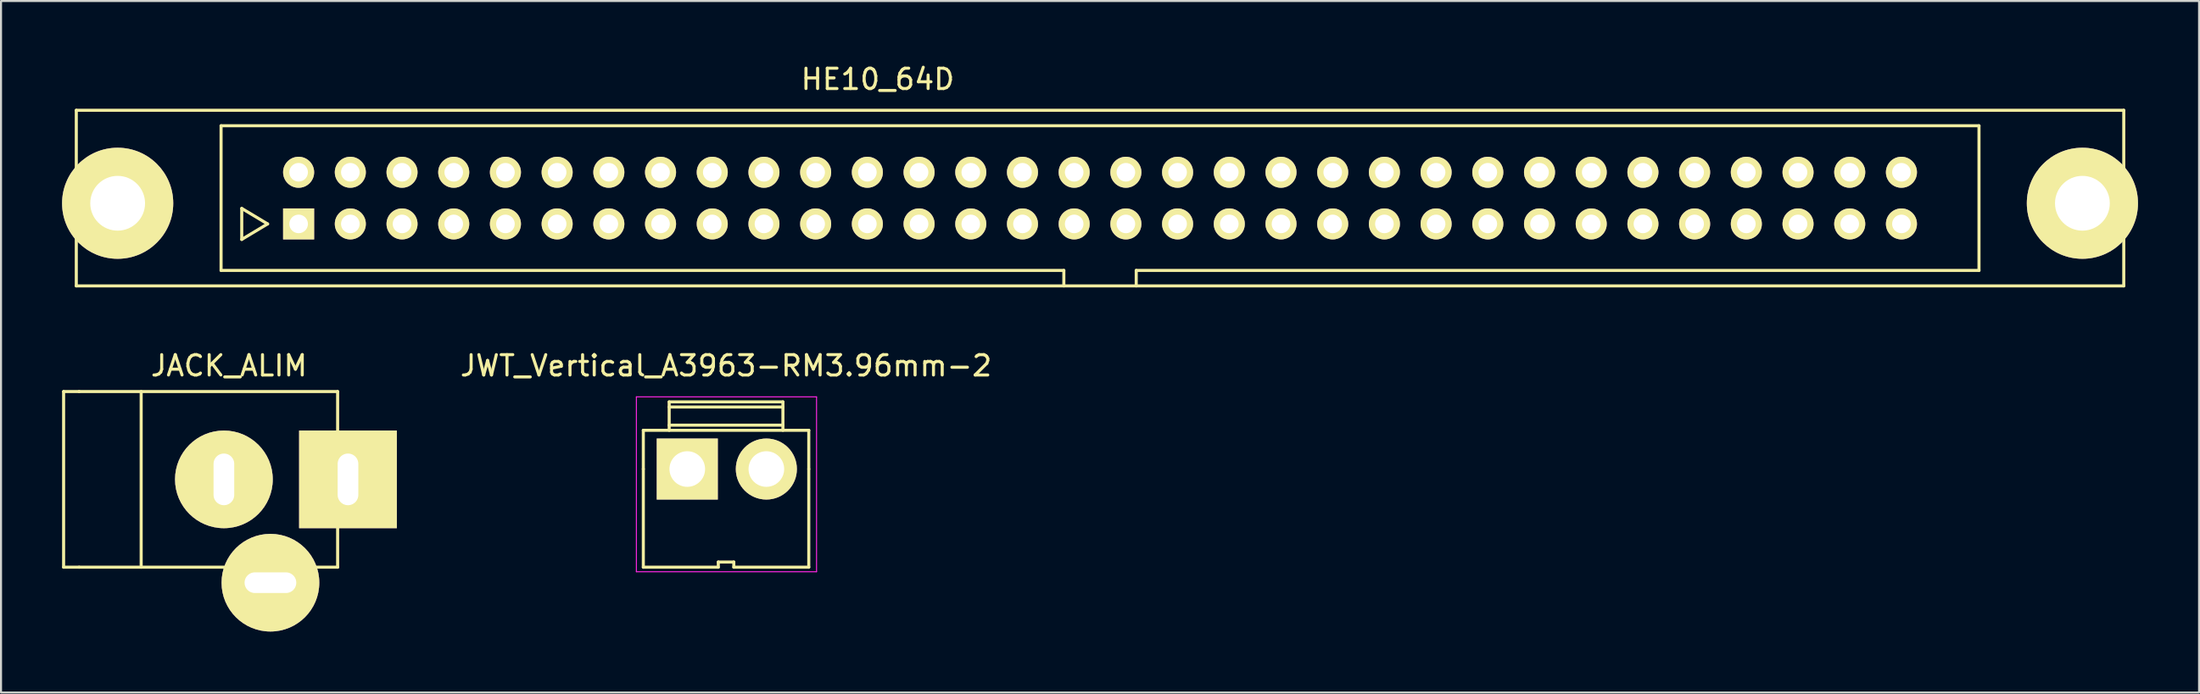
<source format=kicad_pcb>
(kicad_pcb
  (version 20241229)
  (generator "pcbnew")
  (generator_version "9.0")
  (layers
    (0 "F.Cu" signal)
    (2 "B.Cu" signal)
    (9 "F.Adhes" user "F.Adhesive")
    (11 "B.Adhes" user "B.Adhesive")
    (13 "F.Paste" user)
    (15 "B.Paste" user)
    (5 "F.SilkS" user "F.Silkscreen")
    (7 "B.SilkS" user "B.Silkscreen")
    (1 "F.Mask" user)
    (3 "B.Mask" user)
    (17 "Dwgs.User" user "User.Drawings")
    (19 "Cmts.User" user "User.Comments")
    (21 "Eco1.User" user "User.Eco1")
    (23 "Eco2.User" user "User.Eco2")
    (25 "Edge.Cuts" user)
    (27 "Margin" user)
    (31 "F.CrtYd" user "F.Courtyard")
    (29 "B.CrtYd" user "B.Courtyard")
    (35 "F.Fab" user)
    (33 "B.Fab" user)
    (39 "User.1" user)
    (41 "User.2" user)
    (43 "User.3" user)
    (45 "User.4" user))
  (footprint "JACK_ALIM"
    (layer "F.Cu")
    (at 7.949 20.52)
    (property "Reference" "JACK_ALIM" (at 0.254 -5.588 0) (layer "F.SilkS") (effects (font (size 1 1) (thickness 0.15))))
    (attr through_hole)
    (fp_line (start -7.874 -4.318) (end -7.874 4.318) (stroke (width 0.15) (type solid)) (layer "F.SilkS"))
    (fp_line (start -7.874 4.318) (end -7.112 4.318) (stroke (width 0.15) (type solid)) (layer "F.SilkS"))
    (fp_line (start -7.112 -4.318) (end -7.874 -4.318) (stroke (width 0.15) (type solid)) (layer "F.SilkS"))
    (fp_line (start -7.112 -4.318) (end 5.588 -4.318) (stroke (width 0.15) (type solid)) (layer "F.SilkS"))
    (fp_line (start -7.112 4.318) (end 5.588 4.318) (stroke (width 0.15) (type solid)) (layer "F.SilkS"))
    (fp_line (start -4.064 -4.318) (end -4.064 4.318) (stroke (width 0.15) (type solid)) (layer "F.SilkS"))
    (fp_line (start 5.588 -4.318) (end 5.588 4.318) (stroke (width 0.15) (type solid)) (layer "F.SilkS"))
    (pad "1" thru_hole rect (at 6.096 0) (size 4.801 4.801) (drill oval 1.016 2.54) (layers "*.Cu" "*.Mask" "F.SilkS"))
    (pad "2" thru_hole circle (at 0 0) (size 4.801 4.801) (drill oval 1.016 2.54) (layers "*.Cu" "*.Mask" "F.SilkS"))
    (pad "3" thru_hole circle (at 2.286 5.08) (size 4.801 4.801) (drill oval 2.54 1.016) (layers "*.Cu" "*.Mask" "F.SilkS")))
  (footprint "JWT_Vertical_A3963-RM3.96mm-2"
    (layer "F.Cu")
    (at 30.713 20.012)
    (property "Reference" "JWT_Vertical_A3963-RM3.96mm-2" (at 1.905 -5.08 0) (layer "F.SilkS") (effects (font (size 1 1) (thickness 0.15))))
    (attr through_hole)
    (fp_line (start -2.159 -1.905) (end -2.159 0) (stroke (width 0.15) (type solid)) (layer "F.SilkS"))
    (fp_line (start -2.159 -1.905) (end 5.969 -1.905) (stroke (width 0.15) (type solid)) (layer "F.SilkS"))
    (fp_line (start -2.159 0) (end -2.159 4.826) (stroke (width 0.15) (type solid)) (layer "F.SilkS"))
    (fp_line (start -0.889 -3.302) (end 4.699 -3.302) (stroke (width 0.15) (type solid)) (layer "F.SilkS"))
    (fp_line (start -0.889 -3.048) (end 4.699 -3.048) (stroke (width 0.15) (type solid)) (layer "F.SilkS"))
    (fp_line (start -0.889 -2.159) (end 4.699 -2.159) (stroke (width 0.15) (type solid)) (layer "F.SilkS"))
    (fp_line (start -0.889 -1.905) (end -0.889 -3.302) (stroke (width 0.15) (type solid)) (layer "F.SilkS"))
    (fp_line (start 1.524 4.572) (end 2.286 4.572) (stroke (width 0.15) (type solid)) (layer "F.SilkS"))
    (fp_line (start 1.524 4.826) (end -2.159 4.826) (stroke (width 0.15) (type solid)) (layer "F.SilkS"))
    (fp_line (start 1.524 4.826) (end 1.524 4.572) (stroke (width 0.15) (type solid)) (layer "F.SilkS"))
    (fp_line (start 2.286 4.572) (end 2.286 4.826) (stroke (width 0.15) (type solid)) (layer "F.SilkS"))
    (fp_line (start 2.286 4.826) (end 5.969 4.826) (stroke (width 0.15) (type solid)) (layer "F.SilkS"))
    (fp_line (start 4.699 -1.905) (end 4.699 -3.302) (stroke (width 0.15) (type solid)) (layer "F.SilkS"))
    (fp_line (start 5.969 -1.905) (end 5.969 0) (stroke (width 0.15) (type solid)) (layer "F.SilkS"))
    (fp_line (start 5.969 4.826) (end 5.969 0) (stroke (width 0.15) (type solid)) (layer "F.SilkS"))
    (fp_line (start -2.5 -3.55) (end 6.35 -3.55) (stroke (width 0.05) (type solid)) (layer "F.CrtYd"))
    (fp_line (start -2.5 5.05) (end -2.5 -3.55) (stroke (width 0.05) (type solid)) (layer "F.CrtYd"))
    (fp_line (start 6.35 -3.55) (end 6.35 5.05) (stroke (width 0.05) (type solid)) (layer "F.CrtYd"))
    (fp_line (start 6.35 5.05) (end -2.5 5.05) (stroke (width 0.05) (type solid)) (layer "F.CrtYd"))
    (pad "1" thru_hole rect (at 0 0) (size 3 3) (drill 1.75) (layers "*.Cu" "*.Mask" "F.SilkS"))
    (pad "2" thru_hole circle (at 3.885 0) (size 3 3) (drill 1.75) (layers "*.Cu" "*.Mask" "F.SilkS")))
  (footprint "HE10_64D"
    (layer "F.Cu")
    (at 50.99 6.69)
    (property "Reference" "HE10_64D" (at -10.922 -5.842 0) (layer "F.SilkS") (effects (font (size 1 1) (thickness 0.15))))
    (attr through_hole)
    (fp_line (start -50.292 -4.318) (end -50.292 4.318) (stroke (width 0.15) (type solid)) (layer "F.SilkS"))
    (fp_line (start -50.292 4.318) (end 50.292 4.318) (stroke (width 0.15) (type solid)) (layer "F.SilkS"))
    (fp_line (start -43.18 -3.556) (end 43.18 -3.556) (stroke (width 0.15) (type solid)) (layer "F.SilkS"))
    (fp_line (start -43.18 3.556) (end -43.18 -3.556) (stroke (width 0.15) (type solid)) (layer "F.SilkS"))
    (fp_line (start -42.164 0.508) (end -42.164 2.032) (stroke (width 0.15) (type solid)) (layer "F.SilkS"))
    (fp_line (start -42.164 2.032) (end -40.894 1.27) (stroke (width 0.15) (type solid)) (layer "F.SilkS"))
    (fp_line (start -40.894 1.27) (end -42.164 0.508) (stroke (width 0.15) (type solid)) (layer "F.SilkS"))
    (fp_line (start -1.778 3.556) (end -43.18 3.556) (stroke (width 0.15) (type solid)) (layer "F.SilkS"))
    (fp_line (start -1.778 4.318) (end -1.778 3.556) (stroke (width 0.15) (type solid)) (layer "F.SilkS"))
    (fp_line (start 1.778 3.556) (end 1.778 4.318) (stroke (width 0.15) (type solid)) (layer "F.SilkS"))
    (fp_line (start 43.18 -3.556) (end 43.18 3.556) (stroke (width 0.15) (type solid)) (layer "F.SilkS"))
    (fp_line (start 43.18 3.556) (end 1.778 3.556) (stroke (width 0.15) (type solid)) (layer "F.SilkS"))
    (fp_line (start 50.292 -4.318) (end -50.292 -4.318) (stroke (width 0.15) (type solid)) (layer "F.SilkS"))
    (fp_line (start 50.292 4.318) (end 50.292 -4.318) (stroke (width 0.15) (type solid)) (layer "F.SilkS"))
    (pad "" thru_hole circle (at -48.26 0.254) (size 5.461 5.461) (drill 2.692) (layers "*.Cu" "*.Mask" "F.SilkS"))
    (pad "" thru_hole circle (at 48.26 0.254) (size 5.461 5.461) (drill 2.692) (layers "*.Cu" "*.Mask" "F.SilkS"))
    (pad "1" thru_hole rect (at -39.37 1.27) (size 1.524 1.524) (drill 0.914) (layers "*.Cu" "*.Mask" "F.SilkS"))
    (pad "2" thru_hole circle (at -39.37 -1.27) (size 1.524 1.524) (drill 0.914) (layers "*.Cu" "*.Mask" "F.SilkS"))
    (pad "3" thru_hole circle (at -36.83 1.27) (size 1.524 1.524) (drill 0.914) (layers "*.Cu" "*.Mask" "F.SilkS"))
    (pad "4" thru_hole circle (at -36.83 -1.27) (size 1.524 1.524) (drill 0.914) (layers "*.Cu" "*.Mask" "F.SilkS"))
    (pad "5" thru_hole circle (at -34.29 1.27) (size 1.524 1.524) (drill 0.914) (layers "*.Cu" "*.Mask" "F.SilkS"))
    (pad "6" thru_hole circle (at -34.29 -1.27) (size 1.524 1.524) (drill 0.914) (layers "*.Cu" "*.Mask" "F.SilkS"))
    (pad "7" thru_hole circle (at -31.75 1.27) (size 1.524 1.524) (drill 0.914) (layers "*.Cu" "*.Mask" "F.SilkS"))
    (pad "8" thru_hole circle (at -31.75 -1.27) (size 1.524 1.524) (drill 0.914) (layers "*.Cu" "*.Mask" "F.SilkS"))
    (pad "9" thru_hole circle (at -29.21 1.27) (size 1.524 1.524) (drill 0.914) (layers "*.Cu" "*.Mask" "F.SilkS"))
    (pad "10" thru_hole circle (at -29.21 -1.27) (size 1.524 1.524) (drill 0.914) (layers "*.Cu" "*.Mask" "F.SilkS"))
    (pad "11" thru_hole circle (at -26.67 1.27) (size 1.524 1.524) (drill 0.914) (layers "*.Cu" "*.Mask" "F.SilkS"))
    (pad "12" thru_hole circle (at -26.67 -1.27) (size 1.524 1.524) (drill 0.914) (layers "*.Cu" "*.Mask" "F.SilkS"))
    (pad "13" thru_hole circle (at -24.13 1.27) (size 1.524 1.524) (drill 0.914) (layers "*.Cu" "*.Mask" "F.SilkS"))
    (pad "14" thru_hole circle (at -24.13 -1.27) (size 1.524 1.524) (drill 0.914) (layers "*.Cu" "*.Mask" "F.SilkS"))
    (pad "15" thru_hole circle (at -21.59 1.27) (size 1.524 1.524) (drill 0.914) (layers "*.Cu" "*.Mask" "F.SilkS"))
    (pad "16" thru_hole circle (at -21.59 -1.27) (size 1.524 1.524) (drill 0.914) (layers "*.Cu" "*.Mask" "F.SilkS"))
    (pad "17" thru_hole circle (at -19.05 1.27) (size 1.524 1.524) (drill 0.914) (layers "*.Cu" "*.Mask" "F.SilkS"))
    (pad "18" thru_hole circle (at -19.05 -1.27) (size 1.524 1.524) (drill 0.914) (layers "*.Cu" "*.Mask" "F.SilkS"))
    (pad "19" thru_hole circle (at -16.51 1.27) (size 1.524 1.524) (drill 0.914) (layers "*.Cu" "*.Mask" "F.SilkS"))
    (pad "20" thru_hole circle (at -16.51 -1.27) (size 1.524 1.524) (drill 0.914) (layers "*.Cu" "*.Mask" "F.SilkS"))
    (pad "21" thru_hole circle (at -13.97 1.27) (size 1.524 1.524) (drill 0.914) (layers "*.Cu" "*.Mask" "F.SilkS"))
    (pad "22" thru_hole circle (at -13.97 -1.27) (size 1.524 1.524) (drill 0.914) (layers "*.Cu" "*.Mask" "F.SilkS"))
    (pad "23" thru_hole circle (at -11.43 1.27) (size 1.524 1.524) (drill 0.914) (layers "*.Cu" "*.Mask" "F.SilkS"))
    (pad "24" thru_hole circle (at -11.43 -1.27) (size 1.524 1.524) (drill 0.914) (layers "*.Cu" "*.Mask" "F.SilkS"))
    (pad "25" thru_hole circle (at -8.89 1.27) (size 1.524 1.524) (drill 0.914) (layers "*.Cu" "*.Mask" "F.SilkS"))
    (pad "26" thru_hole circle (at -8.89 -1.27) (size 1.524 1.524) (drill 0.914) (layers "*.Cu" "*.Mask" "F.SilkS"))
    (pad "27" thru_hole circle (at -6.35 1.27) (size 1.524 1.524) (drill 0.914) (layers "*.Cu" "*.Mask" "F.SilkS"))
    (pad "28" thru_hole circle (at -6.35 -1.27) (size 1.524 1.524) (drill 0.914) (layers "*.Cu" "*.Mask" "F.SilkS"))
    (pad "29" thru_hole circle (at -3.81 1.27) (size 1.524 1.524) (drill 0.914) (layers "*.Cu" "*.Mask" "F.SilkS"))
    (pad "30" thru_hole circle (at -3.81 -1.27) (size 1.524 1.524) (drill 0.914) (layers "*.Cu" "*.Mask" "F.SilkS"))
    (pad "31" thru_hole circle (at -1.27 1.27) (size 1.524 1.524) (drill 0.914) (layers "*.Cu" "*.Mask" "F.SilkS"))
    (pad "32" thru_hole circle (at -1.27 -1.27) (size 1.524 1.524) (drill 0.914) (layers "*.Cu" "*.Mask" "F.SilkS"))
    (pad "33" thru_hole circle (at 1.27 1.27) (size 1.524 1.524) (drill 0.914) (layers "*.Cu" "*.Mask" "F.SilkS"))
    (pad "34" thru_hole circle (at 1.27 -1.27) (size 1.524 1.524) (drill 0.914) (layers "*.Cu" "*.Mask" "F.SilkS"))
    (pad "35" thru_hole circle (at 3.81 1.27) (size 1.524 1.524) (drill 0.914) (layers "*.Cu" "*.Mask" "F.SilkS"))
    (pad "36" thru_hole circle (at 3.81 -1.27) (size 1.524 1.524) (drill 0.914) (layers "*.Cu" "*.Mask" "F.SilkS"))
    (pad "37" thru_hole circle (at 6.35 1.27) (size 1.524 1.524) (drill 0.914) (layers "*.Cu" "*.Mask" "F.SilkS"))
    (pad "38" thru_hole circle (at 6.35 -1.27) (size 1.524 1.524) (drill 0.914) (layers "*.Cu" "*.Mask" "F.SilkS"))
    (pad "39" thru_hole circle (at 8.89 1.27) (size 1.524 1.524) (drill 0.914) (layers "*.Cu" "*.Mask" "F.SilkS"))
    (pad "40" thru_hole circle (at 8.89 -1.27) (size 1.524 1.524) (drill 0.914) (layers "*.Cu" "*.Mask" "F.SilkS"))
    (pad "41" thru_hole circle (at 11.43 1.27) (size 1.524 1.524) (drill 0.914) (layers "*.Cu" "*.Mask" "F.SilkS"))
    (pad "42" thru_hole circle (at 11.43 -1.27) (size 1.524 1.524) (drill 0.914) (layers "*.Cu" "*.Mask" "F.SilkS"))
    (pad "43" thru_hole circle (at 13.97 1.27) (size 1.524 1.524) (drill 0.914) (layers "*.Cu" "*.Mask" "F.SilkS"))
    (pad "44" thru_hole circle (at 13.97 -1.27) (size 1.524 1.524) (drill 0.914) (layers "*.Cu" "*.Mask" "F.SilkS"))
    (pad "45" thru_hole circle (at 16.51 1.27) (size 1.524 1.524) (drill 0.914) (layers "*.Cu" "*.Mask" "F.SilkS"))
    (pad "46" thru_hole circle (at 16.51 -1.27) (size 1.524 1.524) (drill 0.914) (layers "*.Cu" "*.Mask" "F.SilkS"))
    (pad "47" thru_hole circle (at 19.05 1.27) (size 1.524 1.524) (drill 0.914) (layers "*.Cu" "*.Mask" "F.SilkS"))
    (pad "48" thru_hole circle (at 19.05 -1.27) (size 1.524 1.524) (drill 0.914) (layers "*.Cu" "*.Mask" "F.SilkS"))
    (pad "49" thru_hole circle (at 21.59 1.27) (size 1.524 1.524) (drill 0.914) (layers "*.Cu" "*.Mask" "F.SilkS"))
    (pad "50" thru_hole circle (at 21.59 -1.27) (size 1.524 1.524) (drill 0.914) (layers "*.Cu" "*.Mask" "F.SilkS"))
    (pad "51" thru_hole circle (at 24.13 1.27) (size 1.524 1.524) (drill 0.914) (layers "*.Cu" "*.Mask" "F.SilkS"))
    (pad "52" thru_hole circle (at 24.13 -1.27) (size 1.524 1.524) (drill 0.914) (layers "*.Cu" "*.Mask" "F.SilkS"))
    (pad "53" thru_hole circle (at 26.67 1.27) (size 1.524 1.524) (drill 0.914) (layers "*.Cu" "*.Mask" "F.SilkS"))
    (pad "54" thru_hole circle (at 26.67 -1.27) (size 1.524 1.524) (drill 0.914) (layers "*.Cu" "*.Mask" "F.SilkS"))
    (pad "55" thru_hole circle (at 29.21 1.27) (size 1.524 1.524) (drill 0.914) (layers "*.Cu" "*.Mask" "F.SilkS"))
    (pad "56" thru_hole circle (at 29.21 -1.27) (size 1.524 1.524) (drill 0.914) (layers "*.Cu" "*.Mask" "F.SilkS"))
    (pad "57" thru_hole circle (at 31.75 1.27) (size 1.524 1.524) (drill 0.914) (layers "*.Cu" "*.Mask" "F.SilkS"))
    (pad "58" thru_hole circle (at 31.75 -1.27) (size 1.524 1.524) (drill 0.914) (layers "*.Cu" "*.Mask" "F.SilkS"))
    (pad "59" thru_hole circle (at 34.29 1.27) (size 1.524 1.524) (drill 0.914) (layers "*.Cu" "*.Mask" "F.SilkS"))
    (pad "60" thru_hole circle (at 34.29 -1.27) (size 1.524 1.524) (drill 0.914) (layers "*.Cu" "*.Mask" "F.SilkS"))
    (pad "61" thru_hole circle (at 36.83 1.27) (size 1.524 1.524) (drill 0.914) (layers "*.Cu" "*.Mask" "F.SilkS"))
    (pad "62" thru_hole circle (at 36.83 -1.27) (size 1.524 1.524) (drill 0.914) (layers "*.Cu" "*.Mask" "F.SilkS"))
    (pad "63" thru_hole circle (at 39.37 1.27) (size 1.524 1.524) (drill 0.914) (layers "*.Cu" "*.Mask" "F.SilkS"))
    (pad "64" thru_hole circle (at 39.37 -1.27) (size 1.524 1.524) (drill 0.914) (layers "*.Cu" "*.Mask" "F.SilkS")))
  (gr_rect
    (start -3 -3)
    (end 104.981 31)
    (stroke (width 0.1) (type default))
    (fill no)
    (layer "Edge.Cuts")))
</source>
